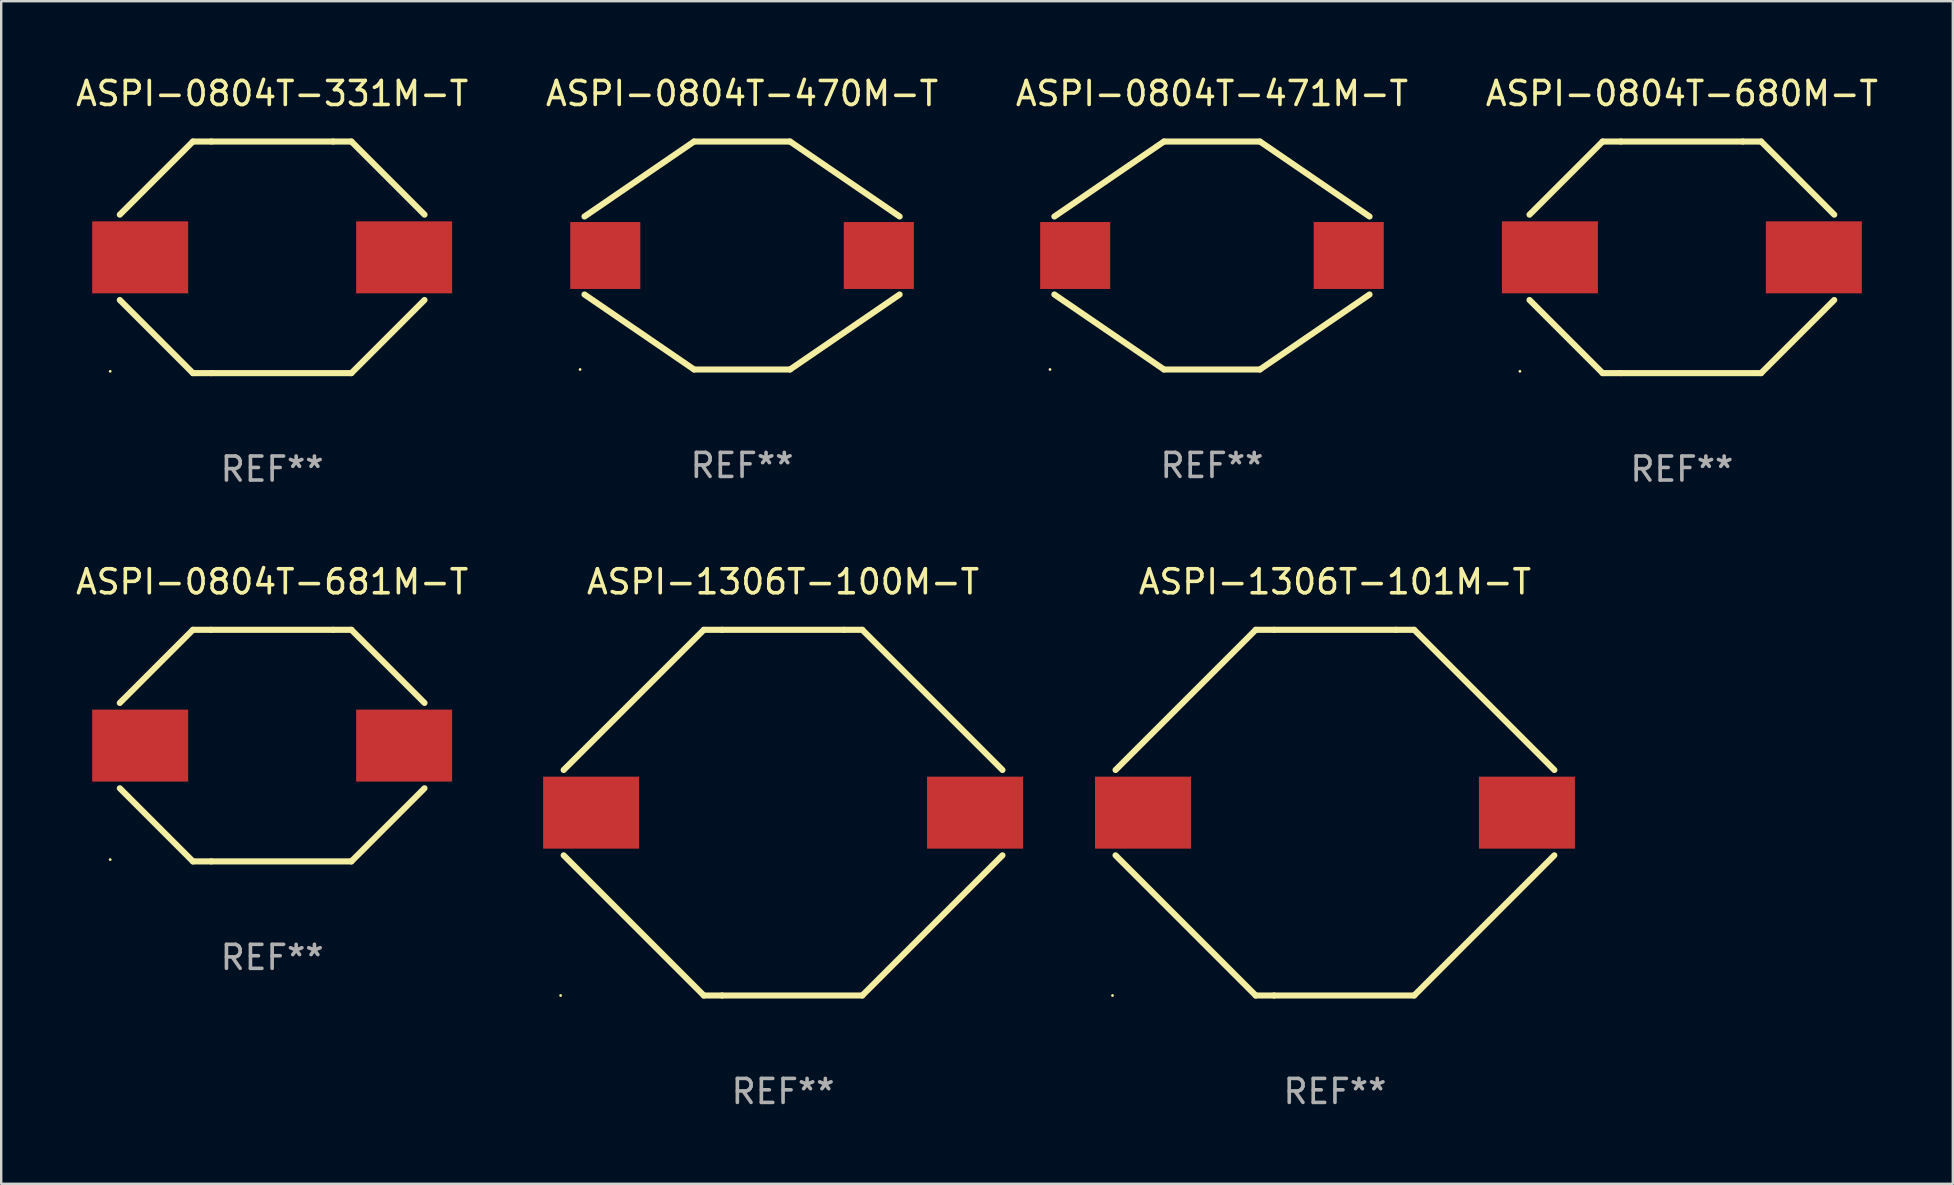
<source format=kicad_pcb>
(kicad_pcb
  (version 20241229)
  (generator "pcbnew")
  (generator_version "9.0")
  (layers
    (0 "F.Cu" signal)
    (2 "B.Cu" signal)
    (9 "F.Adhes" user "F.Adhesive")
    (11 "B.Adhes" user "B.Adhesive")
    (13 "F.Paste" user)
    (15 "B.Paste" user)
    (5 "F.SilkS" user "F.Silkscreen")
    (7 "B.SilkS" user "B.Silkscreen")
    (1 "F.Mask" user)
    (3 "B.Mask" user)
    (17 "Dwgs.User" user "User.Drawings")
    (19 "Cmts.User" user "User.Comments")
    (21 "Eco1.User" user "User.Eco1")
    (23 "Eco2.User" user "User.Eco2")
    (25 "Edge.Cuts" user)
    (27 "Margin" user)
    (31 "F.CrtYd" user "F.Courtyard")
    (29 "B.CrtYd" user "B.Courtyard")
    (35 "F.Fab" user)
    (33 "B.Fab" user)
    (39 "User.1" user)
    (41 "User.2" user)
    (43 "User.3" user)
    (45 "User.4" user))
  (footprint "ASPI-0804T-470M-T"
    (layer "F.Cu")
    (at 27.875 7.598)
    (property "Reference" "ASPI-0804T-470M-T" (at 0 -6.75 0) (layer "F.SilkS") (effects (font (size 1 1) (thickness 0.15))))
    (attr through_hole)
    (fp_line (start -2 -4.75) (end -6.567 -1.625) (stroke (width 0.254) (type solid)) (layer "F.SilkS"))
    (fp_line (start -2 4.75) (end -6.567 1.625) (stroke (width 0.254) (type solid)) (layer "F.SilkS"))
    (fp_line (start 2 -4.75) (end -2 -4.75) (stroke (width 0.254) (type solid)) (layer "F.SilkS"))
    (fp_line (start 2 -4.75) (end 6.567 -1.625) (stroke (width 0.254) (type solid)) (layer "F.SilkS"))
    (fp_line (start 2 4.75) (end -2 4.75) (stroke (width 0.254) (type solid)) (layer "F.SilkS"))
    (fp_line (start 2 4.75) (end 6.567 1.625) (stroke (width 0.254) (type solid)) (layer "F.SilkS"))
    (fp_circle (center -6.75 4.75) (end -6.72 4.75) (stroke (width 0.06) (type solid)) (fill no) (layer "F.SilkS"))
    (fp_text user "REF**" (at 0 8.75 0) (layer "F.Fab") (effects (font (size 1 1) (thickness 0.15))))
    (pad "1" smd rect (at -5.7 -0.000013) (size 2.92 2.79) (layers "F.Cu" "F.Mask" "F.Paste"))
    (pad "2" smd rect (at 5.7 -0.000013) (size 2.92 2.79) (layers "F.Cu" "F.Mask" "F.Paste")))
  (footprint "ASPI-0804T-331M-T"
    (layer "F.Cu")
    (at 8.292 7.674)
    (property "Reference" "ASPI-0804T-331M-T" (at 0 -6.826 0) (layer "F.SilkS") (effects (font (size 1 1) (thickness 0.15))))
    (attr through_hole)
    (fp_line (start -3.302 -4.826) (end -6.35 -1.778) (stroke (width 0.254) (type solid)) (layer "F.SilkS"))
    (fp_line (start -3.302 4.826) (end -6.35 1.778) (stroke (width 0.254) (type solid)) (layer "F.SilkS"))
    (fp_line (start -2.541 4.826) (end 3.301 4.826) (stroke (width 0.254) (type solid)) (layer "F.SilkS"))
    (fp_line (start -2.54 -4.826) (end -3.302 -4.826) (stroke (width 0.254) (type solid)) (layer "F.SilkS"))
    (fp_line (start -2.54 -4.826) (end 2.54 -4.826) (stroke (width 0.254) (type solid)) (layer "F.SilkS"))
    (fp_line (start -2.54 4.826) (end -3.302 4.826) (stroke (width 0.254) (type solid)) (layer "F.SilkS"))
    (fp_line (start 2.54 -4.826) (end 3.302 -4.826) (stroke (width 0.254) (type solid)) (layer "F.SilkS"))
    (fp_line (start 3.301 4.826) (end 6.349 1.778) (stroke (width 0.254) (type solid)) (layer "F.SilkS"))
    (fp_line (start 3.302 -4.826) (end 6.35 -1.778) (stroke (width 0.254) (type solid)) (layer "F.SilkS"))
    (fp_circle (center -6.75 4.75) (end -6.72 4.75) (stroke (width 0.06) (type solid)) (fill no) (layer "F.SilkS"))
    (fp_text user "REF**" (at 0 8.826 0) (layer "F.Fab") (effects (font (size 1 1) (thickness 0.15))))
    (pad "1" smd rect (at -5.5 0) (size 4 3) (layers "F.Cu" "F.Mask" "F.Paste"))
    (pad "2" smd rect (at 5.5 0) (size 4 3) (layers "F.Cu" "F.Mask" "F.Paste")))
  (footprint "ASPI-1306T-100M-T"
    (layer "F.Cu")
    (at 29.584 30.817)
    (property "Reference" "ASPI-1306T-100M-T" (at 0 -9.62 0) (layer "F.SilkS") (effects (font (size 1 1) (thickness 0.15))))
    (attr through_hole)
    (fp_line (start -3.302 -7.62) (end -9.144 -1.778) (stroke (width 0.254) (type solid)) (layer "F.SilkS"))
    (fp_line (start -3.302 7.62) (end -9.144 1.778) (stroke (width 0.254) (type solid)) (layer "F.SilkS"))
    (fp_line (start -2.541 -7.62) (end 2.539 -7.62) (stroke (width 0.254) (type solid)) (layer "F.SilkS"))
    (fp_line (start -2.541 7.62) (end 3.301 7.62) (stroke (width 0.254) (type solid)) (layer "F.SilkS"))
    (fp_line (start -2.54 -7.62) (end -3.302 -7.62) (stroke (width 0.254) (type solid)) (layer "F.SilkS"))
    (fp_line (start -2.54 7.62) (end -3.302 7.62) (stroke (width 0.254) (type solid)) (layer "F.SilkS"))
    (fp_line (start 2.54 -7.62) (end 3.302 -7.62) (stroke (width 0.254) (type solid)) (layer "F.SilkS"))
    (fp_line (start 3.301 7.62) (end 9.143 1.778) (stroke (width 0.254) (type solid)) (layer "F.SilkS"))
    (fp_line (start 3.302 -7.62) (end 9.144 -1.778) (stroke (width 0.254) (type solid)) (layer "F.SilkS"))
    (fp_circle (center -9.27 7.62) (end -9.24 7.62) (stroke (width 0.06) (type solid)) (fill no) (layer "F.SilkS"))
    (fp_text user "REF**" (at 0 11.62 0) (layer "F.Fab") (effects (font (size 1 1) (thickness 0.15))))
    (pad "1" smd rect (at -8 0) (size 4 3) (layers "F.Cu" "F.Mask" "F.Paste"))
    (pad "2" smd rect (at 8 0) (size 4 3) (layers "F.Cu" "F.Mask" "F.Paste")))
  (footprint "ASPI-0804T-471M-T"
    (layer "F.Cu")
    (at 47.458 7.598)
    (property "Reference" "ASPI-0804T-471M-T" (at 0 -6.75 0) (layer "F.SilkS") (effects (font (size 1 1) (thickness 0.15))))
    (attr through_hole)
    (fp_line (start -2 -4.75) (end -6.567 -1.625) (stroke (width 0.254) (type solid)) (layer "F.SilkS"))
    (fp_line (start -2 4.75) (end -6.567 1.625) (stroke (width 0.254) (type solid)) (layer "F.SilkS"))
    (fp_line (start 2 -4.75) (end -2 -4.75) (stroke (width 0.254) (type solid)) (layer "F.SilkS"))
    (fp_line (start 2 -4.75) (end 6.567 -1.625) (stroke (width 0.254) (type solid)) (layer "F.SilkS"))
    (fp_line (start 2 4.75) (end -2 4.75) (stroke (width 0.254) (type solid)) (layer "F.SilkS"))
    (fp_line (start 2 4.75) (end 6.567 1.625) (stroke (width 0.254) (type solid)) (layer "F.SilkS"))
    (fp_circle (center -6.75 4.75) (end -6.72 4.75) (stroke (width 0.06) (type solid)) (fill no) (layer "F.SilkS"))
    (fp_text user "REF**" (at 0 8.75 0) (layer "F.Fab") (effects (font (size 1 1) (thickness 0.15))))
    (pad "1" smd rect (at -5.7 -0.000013) (size 2.92 2.79) (layers "F.Cu" "F.Mask" "F.Paste"))
    (pad "2" smd rect (at 5.7 -0.000013) (size 2.92 2.79) (layers "F.Cu" "F.Mask" "F.Paste")))
  (footprint "ASPI-0804T-680M-T"
    (layer "F.Cu")
    (at 67.042 7.674)
    (property "Reference" "ASPI-0804T-680M-T" (at 0 -6.826 0) (layer "F.SilkS") (effects (font (size 1 1) (thickness 0.15))))
    (attr through_hole)
    (fp_line (start -3.302 -4.826) (end -6.35 -1.778) (stroke (width 0.254) (type solid)) (layer "F.SilkS"))
    (fp_line (start -3.302 4.826) (end -6.35 1.778) (stroke (width 0.254) (type solid)) (layer "F.SilkS"))
    (fp_line (start -2.541 4.826) (end 3.301 4.826) (stroke (width 0.254) (type solid)) (layer "F.SilkS"))
    (fp_line (start -2.54 -4.826) (end -3.302 -4.826) (stroke (width 0.254) (type solid)) (layer "F.SilkS"))
    (fp_line (start -2.54 -4.826) (end 2.54 -4.826) (stroke (width 0.254) (type solid)) (layer "F.SilkS"))
    (fp_line (start -2.54 4.826) (end -3.302 4.826) (stroke (width 0.254) (type solid)) (layer "F.SilkS"))
    (fp_line (start 2.54 -4.826) (end 3.302 -4.826) (stroke (width 0.254) (type solid)) (layer "F.SilkS"))
    (fp_line (start 3.301 4.826) (end 6.349 1.778) (stroke (width 0.254) (type solid)) (layer "F.SilkS"))
    (fp_line (start 3.302 -4.826) (end 6.35 -1.778) (stroke (width 0.254) (type solid)) (layer "F.SilkS"))
    (fp_circle (center -6.75 4.75) (end -6.72 4.75) (stroke (width 0.06) (type solid)) (fill no) (layer "F.SilkS"))
    (fp_text user "REF**" (at 0 8.826 0) (layer "F.Fab") (effects (font (size 1 1) (thickness 0.15))))
    (pad "1" smd rect (at -5.5 0) (size 4 3) (layers "F.Cu" "F.Mask" "F.Paste"))
    (pad "2" smd rect (at 5.5 0) (size 4 3) (layers "F.Cu" "F.Mask" "F.Paste")))
  (footprint "ASPI-1306T-101M-T"
    (layer "F.Cu")
    (at 52.584 30.817)
    (property "Reference" "ASPI-1306T-101M-T" (at 0 -9.62 0) (layer "F.SilkS") (effects (font (size 1 1) (thickness 0.15))))
    (attr through_hole)
    (fp_line (start -3.302 -7.62) (end -9.144 -1.778) (stroke (width 0.254) (type solid)) (layer "F.SilkS"))
    (fp_line (start -3.302 7.62) (end -9.144 1.778) (stroke (width 0.254) (type solid)) (layer "F.SilkS"))
    (fp_line (start -2.541 -7.62) (end 2.539 -7.62) (stroke (width 0.254) (type solid)) (layer "F.SilkS"))
    (fp_line (start -2.541 7.62) (end 3.301 7.62) (stroke (width 0.254) (type solid)) (layer "F.SilkS"))
    (fp_line (start -2.54 -7.62) (end -3.302 -7.62) (stroke (width 0.254) (type solid)) (layer "F.SilkS"))
    (fp_line (start -2.54 7.62) (end -3.302 7.62) (stroke (width 0.254) (type solid)) (layer "F.SilkS"))
    (fp_line (start 2.54 -7.62) (end 3.302 -7.62) (stroke (width 0.254) (type solid)) (layer "F.SilkS"))
    (fp_line (start 3.301 7.62) (end 9.143 1.778) (stroke (width 0.254) (type solid)) (layer "F.SilkS"))
    (fp_line (start 3.302 -7.62) (end 9.144 -1.778) (stroke (width 0.254) (type solid)) (layer "F.SilkS"))
    (fp_circle (center -9.27 7.62) (end -9.24 7.62) (stroke (width 0.06) (type solid)) (fill no) (layer "F.SilkS"))
    (fp_text user "REF**" (at 0 11.62 0) (layer "F.Fab") (effects (font (size 1 1) (thickness 0.15))))
    (pad "1" smd rect (at -8 0) (size 4 3) (layers "F.Cu" "F.Mask" "F.Paste"))
    (pad "2" smd rect (at 8 0) (size 4 3) (layers "F.Cu" "F.Mask" "F.Paste")))
  (footprint "ASPI-0804T-681M-T"
    (layer "F.Cu")
    (at 8.292 28.023)
    (property "Reference" "ASPI-0804T-681M-T" (at 0 -6.826 0) (layer "F.SilkS") (effects (font (size 1 1) (thickness 0.15))))
    (attr through_hole)
    (fp_line (start -3.302 -4.826) (end -6.35 -1.778) (stroke (width 0.254) (type solid)) (layer "F.SilkS"))
    (fp_line (start -3.302 4.826) (end -6.35 1.778) (stroke (width 0.254) (type solid)) (layer "F.SilkS"))
    (fp_line (start -2.541 4.826) (end 3.301 4.826) (stroke (width 0.254) (type solid)) (layer "F.SilkS"))
    (fp_line (start -2.54 -4.826) (end -3.302 -4.826) (stroke (width 0.254) (type solid)) (layer "F.SilkS"))
    (fp_line (start -2.54 -4.826) (end 2.54 -4.826) (stroke (width 0.254) (type solid)) (layer "F.SilkS"))
    (fp_line (start -2.54 4.826) (end -3.302 4.826) (stroke (width 0.254) (type solid)) (layer "F.SilkS"))
    (fp_line (start 2.54 -4.826) (end 3.302 -4.826) (stroke (width 0.254) (type solid)) (layer "F.SilkS"))
    (fp_line (start 3.301 4.826) (end 6.349 1.778) (stroke (width 0.254) (type solid)) (layer "F.SilkS"))
    (fp_line (start 3.302 -4.826) (end 6.35 -1.778) (stroke (width 0.254) (type solid)) (layer "F.SilkS"))
    (fp_circle (center -6.75 4.75) (end -6.72 4.75) (stroke (width 0.06) (type solid)) (fill no) (layer "F.SilkS"))
    (fp_text user "REF**" (at 0 8.826 0) (layer "F.Fab") (effects (font (size 1 1) (thickness 0.15))))
    (pad "1" smd rect (at -5.5 0) (size 4 3) (layers "F.Cu" "F.Mask" "F.Paste"))
    (pad "2" smd rect (at 5.5 0) (size 4 3) (layers "F.Cu" "F.Mask" "F.Paste")))
  (gr_rect
    (start -3 -3)
    (end 78.333 46.285)
    (stroke (width 0.1) (type default))
    (fill no)
    (layer "Edge.Cuts")))
</source>
